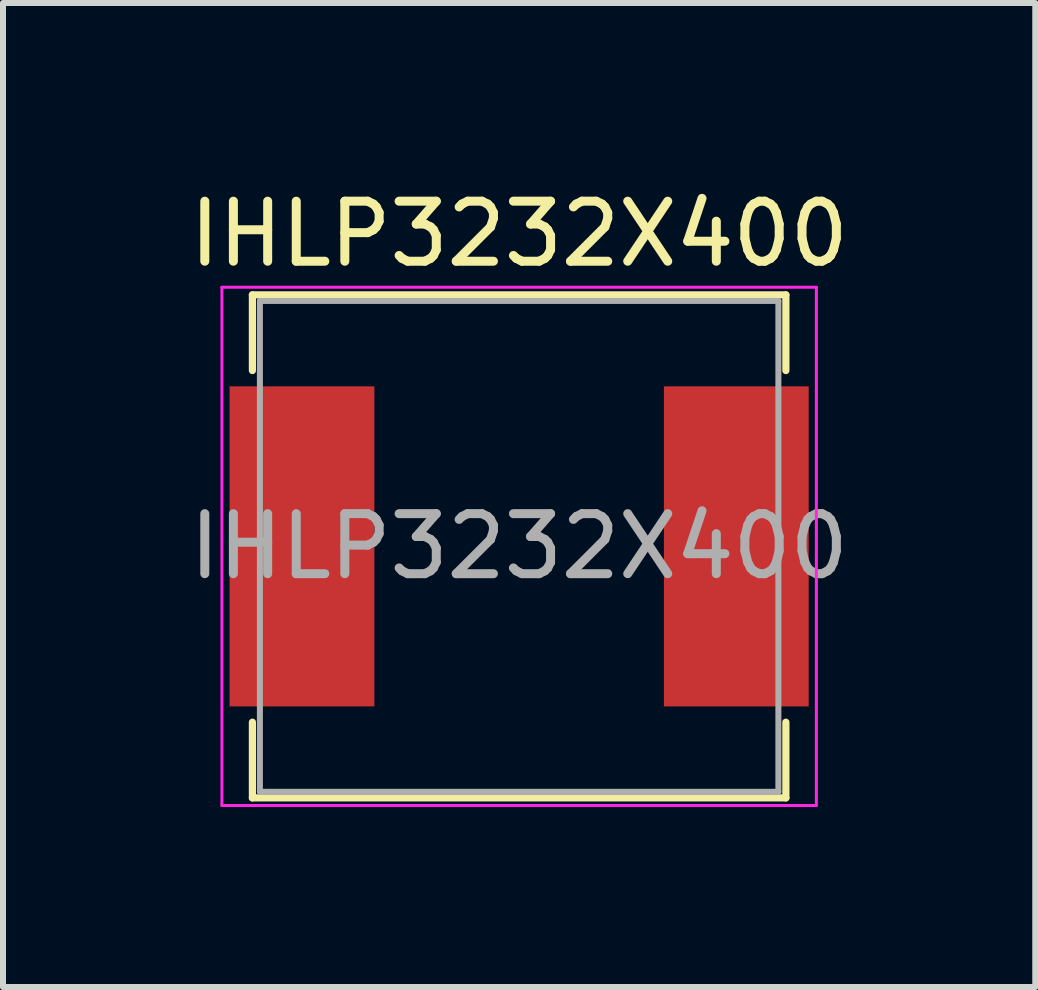
<source format=kicad_pcb>
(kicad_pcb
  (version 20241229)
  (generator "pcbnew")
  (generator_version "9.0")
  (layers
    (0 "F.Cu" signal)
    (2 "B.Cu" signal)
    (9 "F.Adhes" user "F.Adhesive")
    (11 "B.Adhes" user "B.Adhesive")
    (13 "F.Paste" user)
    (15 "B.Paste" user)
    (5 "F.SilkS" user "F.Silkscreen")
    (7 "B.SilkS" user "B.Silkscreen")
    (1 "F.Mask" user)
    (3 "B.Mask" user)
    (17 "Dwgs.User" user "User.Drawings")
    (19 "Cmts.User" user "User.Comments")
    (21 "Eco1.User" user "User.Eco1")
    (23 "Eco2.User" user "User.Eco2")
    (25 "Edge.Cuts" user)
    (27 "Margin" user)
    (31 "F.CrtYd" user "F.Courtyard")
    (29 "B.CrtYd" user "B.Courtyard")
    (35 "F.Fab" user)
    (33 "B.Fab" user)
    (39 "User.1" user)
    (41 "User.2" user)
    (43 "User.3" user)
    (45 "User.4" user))
  (footprint "IHLP3232X400"
    (layer "F.Cu")
    (at 5.601 6.055)
    (property "Reference" "IHLP3232X400" (at 0 -5.207 0) (layer "F.SilkS") (effects (font (size 1 1) (thickness 0.15))))
    (attr smd)
    (fp_line (start -4.445 -4.191) (end 4.445 -4.191) (stroke (width 0.12) (type solid)) (layer "F.SilkS"))
    (fp_line (start -4.445 -2.93) (end -4.445 -4.191) (stroke (width 0.12) (type solid)) (layer "F.SilkS"))
    (fp_line (start -4.445 2.93) (end -4.445 4.191) (stroke (width 0.12) (type solid)) (layer "F.SilkS"))
    (fp_line (start -4.445 4.191) (end 4.445 4.191) (stroke (width 0.12) (type solid)) (layer "F.SilkS"))
    (fp_line (start 4.445 -4.191) (end 4.445 -2.93) (stroke (width 0.12) (type solid)) (layer "F.SilkS"))
    (fp_line (start 4.445 4.191) (end 4.445 2.93) (stroke (width 0.12) (type solid)) (layer "F.SilkS"))
    (fp_line (start -4.953 -4.318) (end -4.953 4.318) (stroke (width 0.05) (type solid)) (layer "F.CrtYd"))
    (fp_line (start -4.953 4.318) (end 4.953 4.318) (stroke (width 0.05) (type solid)) (layer "F.CrtYd"))
    (fp_line (start 4.953 -4.318) (end -4.953 -4.318) (stroke (width 0.05) (type solid)) (layer "F.CrtYd"))
    (fp_line (start 4.953 4.318) (end 4.953 -4.318) (stroke (width 0.05) (type solid)) (layer "F.CrtYd"))
    (fp_line (start -4.32 -4.09) (end -4.32 4.09) (stroke (width 0.1) (type solid)) (layer "F.Fab"))
    (fp_line (start -4.32 4.09) (end 4.32 4.09) (stroke (width 0.1) (type solid)) (layer "F.Fab"))
    (fp_line (start 4.32 -4.09) (end -4.32 -4.09) (stroke (width 0.1) (type solid)) (layer "F.Fab"))
    (fp_line (start 4.32 4.09) (end 4.32 -4.09) (stroke (width 0.1) (type solid)) (layer "F.Fab"))
    (fp_text user "${REFERENCE}" (at 0 0 0) (layer "F.Fab") (effects (font (size 1 1) (thickness 0.15))))
    (pad "1" smd rect (at -3.619 0) (size 2.413 5.334) (layers "F.Cu" "F.Mask" "F.Paste"))
    (pad "2" smd rect (at 3.619 0) (size 2.413 5.334) (layers "F.Cu" "F.Mask" "F.Paste")))
  (gr_rect
    (start -3 -3)
    (end 14.202 13.398)
    (stroke (width 0.1) (type default))
    (fill no)
    (layer "Edge.Cuts")))
</source>
